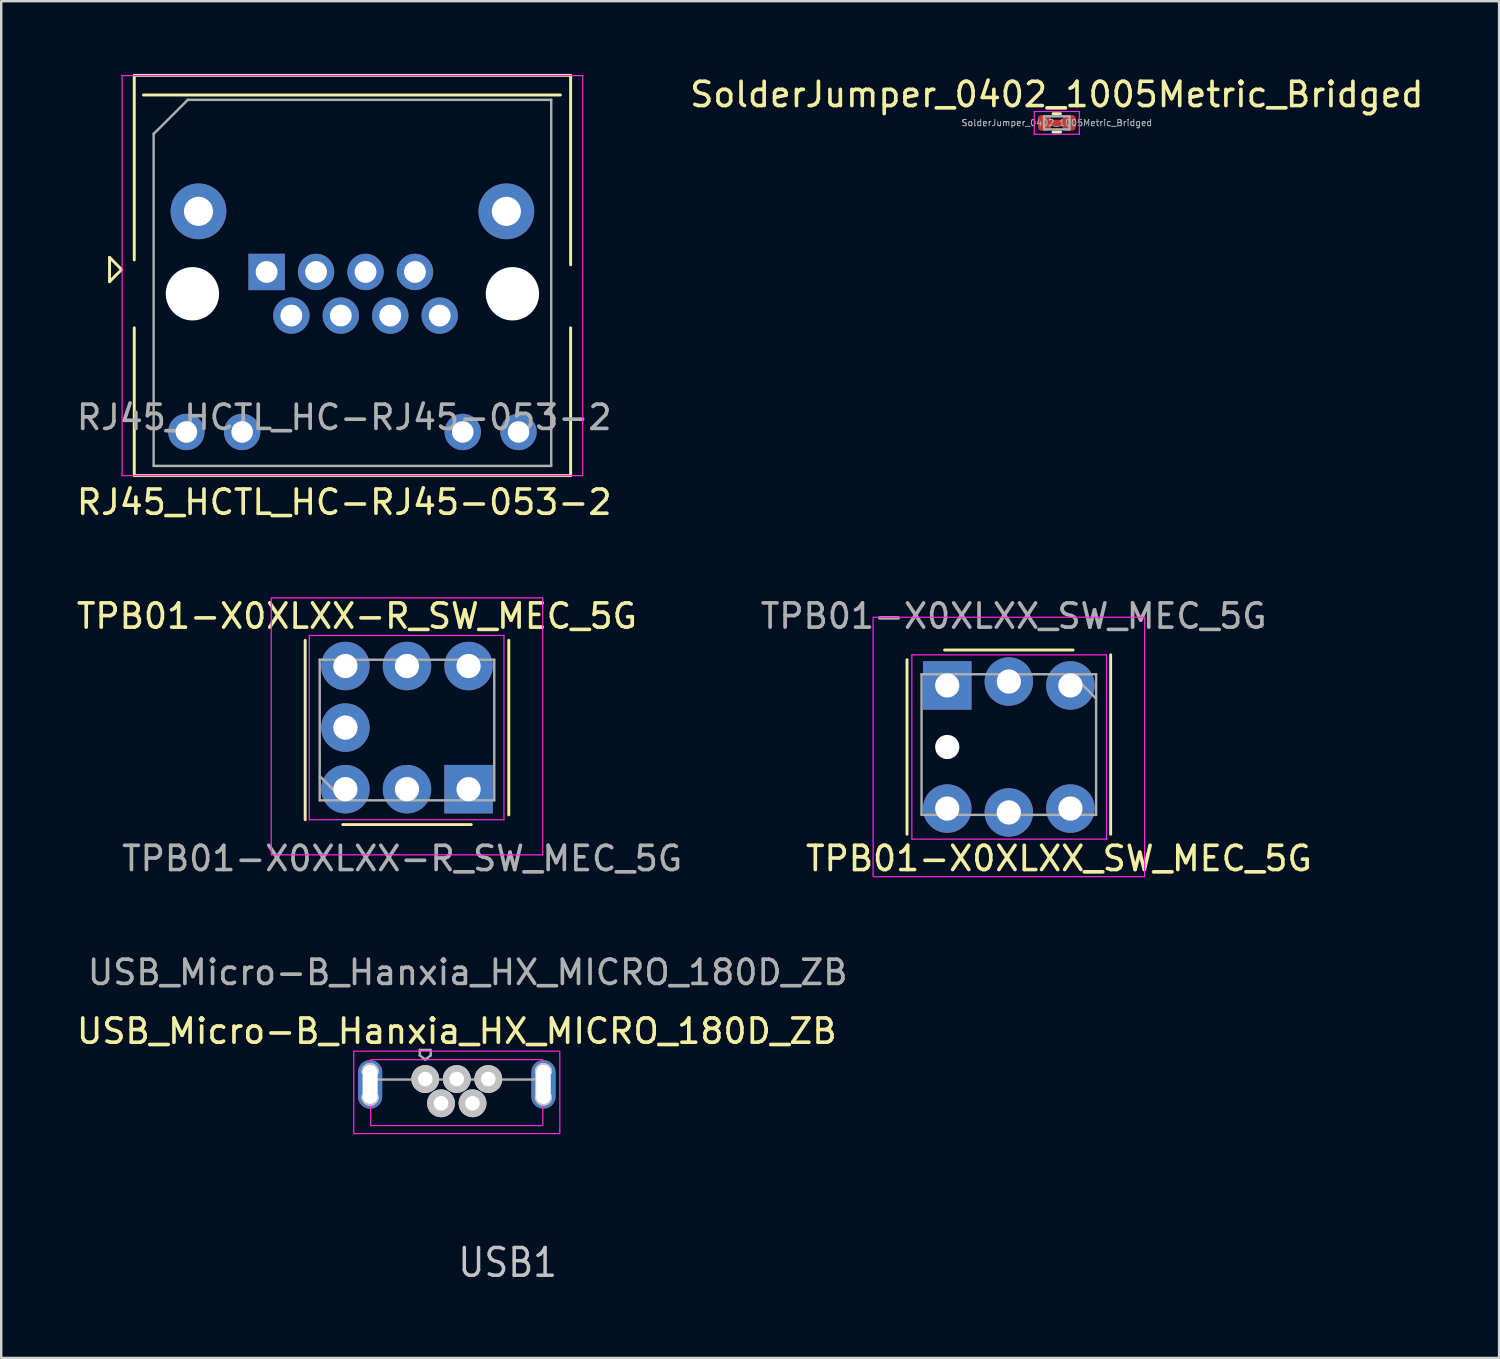
<source format=kicad_pcb>
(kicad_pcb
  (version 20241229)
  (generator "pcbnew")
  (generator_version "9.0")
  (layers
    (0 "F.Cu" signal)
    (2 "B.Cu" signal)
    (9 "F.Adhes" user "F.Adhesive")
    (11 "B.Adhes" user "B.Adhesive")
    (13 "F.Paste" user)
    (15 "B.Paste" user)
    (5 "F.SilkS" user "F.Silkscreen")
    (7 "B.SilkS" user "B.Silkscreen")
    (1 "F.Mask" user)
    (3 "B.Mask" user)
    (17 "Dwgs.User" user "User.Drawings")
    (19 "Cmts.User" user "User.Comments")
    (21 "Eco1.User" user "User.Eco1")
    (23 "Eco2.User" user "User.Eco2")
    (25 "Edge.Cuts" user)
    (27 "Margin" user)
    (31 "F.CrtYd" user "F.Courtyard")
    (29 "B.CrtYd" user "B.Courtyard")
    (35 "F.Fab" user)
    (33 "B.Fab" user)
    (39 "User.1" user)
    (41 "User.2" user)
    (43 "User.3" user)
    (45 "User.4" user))
  (footprint "USB_Micro-B_Hanxia_HX_MICRO_180D_ZB"
    (layer "F.Cu")
    (at 15.792 41.46)
    (property "Reference" "USB_Micro-B_Hanxia_HX_MICRO_180D_ZB" (at 0 -1.975 0) (layer "F.SilkS") (effects (font (size 1 1) (thickness 0.15))))
    (attr through_hole)
    (fp_line (start -3.831 0.745) (end -3.825 0.72) (stroke (width 0.2) (type default)) (layer "Dwgs.User"))
    (fp_line (start -3.825 0.72) (end -3.831 0.745) (stroke (width 0.2) (type default)) (layer "Dwgs.User"))
    (fp_line (start -3.319 -0.305) (end -3.325 -0.28) (stroke (width 0.2) (type default)) (layer "Dwgs.User"))
    (fp_line (start 3.325 -0.28) (end 3.325 0.72) (stroke (width 0.2) (type default)) (layer "Dwgs.User"))
    (fp_line (start 3.825 -0.28) (end 3.831 -0.305) (stroke (width 0.2) (type default)) (layer "Dwgs.User"))
    (fp_line (start 3.825 0.72) (end 3.831 0.745) (stroke (width 0.2) (type default)) (layer "Dwgs.User"))
    (fp_line (start 3.831 -0.305) (end 3.825 -0.28) (stroke (width 0.2) (type default)) (layer "Dwgs.User"))
    (fp_arc (start -3.831368 -0.305409) (mid -3.575005 -0.561772) (end -3.318642 -0.305409) (stroke (width 0.2) (type default)) (layer "Dwgs.User"))
    (fp_arc (start -3.831368 -0.305409) (mid -3.575005 -0.561772) (end -3.318642 -0.305409) (stroke (width 0.2) (type default)) (layer "Dwgs.User"))
    (fp_arc (start -3.825019 -0.28001) (mid -3.575006 -0.530023) (end -3.324993 -0.28001) (stroke (width 0.2) (type default)) (layer "Dwgs.User"))
    (fp_arc (start -3.324993 0.71999) (mid -3.575006 0.970003) (end -3.825019 0.71999) (stroke (width 0.2) (type default)) (layer "Dwgs.User"))
    (fp_arc (start -3.318642 0.745392) (mid -3.575005 1.001755) (end -3.831368 0.745392) (stroke (width 0.2) (type default)) (layer "Dwgs.User"))
    (fp_arc (start -3.318642 0.745392) (mid -3.575005 1.001755) (end -3.831368 0.745392) (stroke (width 0.2) (type default)) (layer "Dwgs.User"))
    (fp_arc (start 3.318642 -0.305382) (mid 3.575006 -0.561746) (end 3.831369 -0.305382) (stroke (width 0.2) (type default)) (layer "Dwgs.User"))
    (fp_arc (start 3.318642 -0.305382) (mid 3.575006 -0.561746) (end 3.831369 -0.305382) (stroke (width 0.2) (type default)) (layer "Dwgs.User"))
    (fp_arc (start 3.324994 -0.279984) (mid 3.575007 -0.529997) (end 3.82502 -0.279984) (stroke (width 0.2) (type default)) (layer "Dwgs.User"))
    (fp_arc (start 3.82502 0.71999) (mid 3.575007 0.970003) (end 3.324994 0.71999) (stroke (width 0.2) (type default)) (layer "Dwgs.User"))
    (fp_arc (start 3.831369 0.745392) (mid 3.575006 1.001753) (end 3.318642 0.745392) (stroke (width 0.2) (type default)) (layer "Dwgs.User"))
    (fp_arc (start 3.831369 0.745392) (mid 3.575006 1.001753) (end 3.318642 0.745392) (stroke (width 0.2) (type default)) (layer "Dwgs.User"))
    (fp_circle (center -1.3 0) (end -1 0) (stroke (width 0.2) (type default)) (fill no) (layer "Dwgs.User"))
    (fp_circle (center -1.3 0) (end -0.983 0) (stroke (width 0.2) (type default)) (fill no) (layer "Dwgs.User"))
    (fp_circle (center -1.3 0) (end -0.983 0) (stroke (width 0.2) (type default)) (fill no) (layer "Dwgs.User"))
    (fp_circle (center -1.3 0) (end -0.85 0) (stroke (width 0.2) (type default)) (fill no) (layer "Dwgs.User"))
    (fp_circle (center -1.3 0) (end -0.825 0) (stroke (width 0.2) (type default)) (fill no) (layer "Dwgs.User"))
    (fp_circle (center -1.3 0) (end -0.825 0) (stroke (width 0.2) (type default)) (fill no) (layer "Dwgs.User"))
    (fp_circle (center -0.65 1) (end -0.35 1) (stroke (width 0.2) (type default)) (fill no) (layer "Dwgs.User"))
    (fp_circle (center -0.65 1) (end -0.333 1) (stroke (width 0.2) (type default)) (fill no) (layer "Dwgs.User"))
    (fp_circle (center -0.65 1) (end -0.333 1) (stroke (width 0.2) (type default)) (fill no) (layer "Dwgs.User"))
    (fp_circle (center -0.65 1) (end -0.2 1) (stroke (width 0.2) (type default)) (fill no) (layer "Dwgs.User"))
    (fp_circle (center -0.65 1) (end -0.175 1) (stroke (width 0.2) (type default)) (fill no) (layer "Dwgs.User"))
    (fp_circle (center -0.65 1) (end -0.175 1) (stroke (width 0.2) (type default)) (fill no) (layer "Dwgs.User"))
    (fp_circle (center 0 0) (end 0.3 0) (stroke (width 0.2) (type default)) (fill no) (layer "Dwgs.User"))
    (fp_circle (center 0 0) (end 0.317 0) (stroke (width 0.2) (type default)) (fill no) (layer "Dwgs.User"))
    (fp_circle (center 0 0) (end 0.317 0) (stroke (width 0.2) (type default)) (fill no) (layer "Dwgs.User"))
    (fp_circle (center 0 0) (end 0.45 0) (stroke (width 0.2) (type default)) (fill no) (layer "Dwgs.User"))
    (fp_circle (center 0 0) (end 0.475 0) (stroke (width 0.2) (type default)) (fill no) (layer "Dwgs.User"))
    (fp_circle (center 0 0) (end 0.475 0) (stroke (width 0.2) (type default)) (fill no) (layer "Dwgs.User"))
    (fp_circle (center 0.65 1) (end 1.1 1) (stroke (width 0.2) (type default)) (fill no) (layer "Dwgs.User"))
    (fp_circle (center 0.65 1) (end 1.125 1) (stroke (width 0.2) (type default)) (fill no) (layer "Dwgs.User"))
    (fp_circle (center 0.65 1) (end 1.125 1) (stroke (width 0.2) (type default)) (fill no) (layer "Dwgs.User"))
    (fp_circle (center 0.65 1) (end 0.95 1) (stroke (width 0.2) (type default)) (fill no) (layer "Dwgs.User"))
    (fp_circle (center 0.65 1) (end 0.967 1) (stroke (width 0.2) (type default)) (fill no) (layer "Dwgs.User"))
    (fp_circle (center 0.65 1) (end 0.967 1) (stroke (width 0.2) (type default)) (fill no) (layer "Dwgs.User"))
    (fp_circle (center 1.3 0) (end 1.75 0) (stroke (width 0.2) (type default)) (fill no) (layer "Dwgs.User"))
    (fp_circle (center 1.3 0) (end 1.775 0) (stroke (width 0.2) (type default)) (fill no) (layer "Dwgs.User"))
    (fp_circle (center 1.3 0) (end 1.775 0) (stroke (width 0.2) (type default)) (fill no) (layer "Dwgs.User"))
    (fp_circle (center 1.3 0) (end 1.6 0) (stroke (width 0.2) (type default)) (fill no) (layer "Dwgs.User"))
    (fp_circle (center 1.3 0) (end 1.617 0) (stroke (width 0.2) (type default)) (fill no) (layer "Dwgs.User"))
    (fp_circle (center 1.3 0) (end 1.617 0) (stroke (width 0.2) (type default)) (fill no) (layer "Dwgs.User"))
    (fp_rect (start -4.25 -1.15) (end 4.25 2.25) (stroke (width 0.05) (type default)) (fill no) (layer "F.CrtYd"))
    (fp_rect (start -3.55 -0.8) (end 3.55 1.92) (stroke (width 0.05) (type default)) (fill no) (layer "F.CrtYd"))
    (fp_line (start -1.525 -1.2) (end -1.075 -1.2) (stroke (width 0.1) (type solid)) (layer "F.Fab"))
    (fp_line (start -1.525 -0.975) (end -1.525 -1.2) (stroke (width 0.1) (type solid)) (layer "F.Fab"))
    (fp_line (start -1.3 -0.8) (end -1.525 -0.975) (stroke (width 0.1) (type solid)) (layer "F.Fab"))
    (fp_line (start -1.3 -0.8) (end -1.075 -0.975) (stroke (width 0.1) (type solid)) (layer "F.Fab"))
    (fp_line (start -1.075 -1.2) (end -1.075 -0.975) (stroke (width 0.1) (type solid)) (layer "F.Fab"))
    (fp_line (start 3.75 0.02) (end -3.75 0.02) (stroke (width 0.1) (type solid)) (layer "F.Fab"))
    (fp_text user "USB1" (at -0.029 8.238 0) (unlocked yes) (layer "Dwgs.User") (effects (font (size 1.143 1.029) (thickness 0.143)) (justify left bottom)))
    (fp_text user "${REFERENCE}" (at 0.45 -4.4 0) (layer "F.Fab") (effects (font (size 1 1) (thickness 0.15))))
    (pad "1" thru_hole oval (at -1.3 0 90) (size 0.9 0.9) (drill oval 0.6) (layers "*.Cu" "*.Mask"))
    (pad "2" thru_hole oval (at -0.65 1 90) (size 0.9 0.9) (drill oval 0.6) (layers "*.Cu" "*.Mask"))
    (pad "3" thru_hole oval (at 0 0 90) (size 0.9 0.9) (drill oval 0.6) (layers "*.Cu" "*.Mask"))
    (pad "4" thru_hole oval (at 0.65 1 90) (size 0.9 0.9) (drill oval 0.6) (layers "*.Cu" "*.Mask"))
    (pad "5" thru_hole oval (at 1.3 0 90) (size 0.9 0.9) (drill oval 0.6) (layers "*.Cu" "*.Mask"))
    (pad "6" thru_hole oval (at -3.575 0.22 90) (size 2 1) (drill oval 1.6 0.62) (layers "*.Cu" "*.Mask"))
    (pad "6" thru_hole oval (at 3.575 0.22 90) (size 2 1) (drill oval 1.62 0.6) (layers "*.Cu" "*.Mask")))
  (footprint "RJ45_HCTL_HC-RJ45-053-2"
    (layer "F.Cu")
    (at 11.668 7.268)
    (property "Reference" "RJ45_HCTL_HC-RJ45-053-2" (at -0.519 10.398 180) (layer "F.SilkS") (effects (font (size 1 1) (thickness 0.15))))
    (attr through_hole)
    (fp_line (start -10.2 0.3) (end -9.7 0.8) (stroke (width 0.12) (type solid)) (layer "F.SilkS"))
    (fp_line (start -10.2 1.3) (end -10.2 0.3) (stroke (width 0.12) (type solid)) (layer "F.SilkS"))
    (fp_line (start -9.7 0.8) (end -10.2 1.3) (stroke (width 0.12) (type solid)) (layer "F.SilkS"))
    (fp_line (start -9.18 -7.208) (end -9.18 0.402) (stroke (width 0.12) (type solid)) (layer "F.SilkS"))
    (fp_line (start -9.18 -7.208) (end 8.82 -7.208) (stroke (width 0.12) (type solid)) (layer "F.SilkS"))
    (fp_line (start -9.18 9.3) (end -9.18 3.202) (stroke (width 0.12) (type solid)) (layer "F.SilkS"))
    (fp_line (start -9.18 9.3) (end 8.82 9.3) (stroke (width 0.12) (type solid)) (layer "F.SilkS"))
    (fp_line (start -8.8 -6.4) (end 8.4 -6.4) (stroke (width 0.12) (type solid)) (layer "F.SilkS"))
    (fp_line (start 8.82 -7.2) (end 8.82 0.605) (stroke (width 0.12) (type solid)) (layer "F.SilkS"))
    (fp_line (start 8.82 9.3) (end 8.82 3.202) (stroke (width 0.12) (type solid)) (layer "F.SilkS"))
    (fp_line (start -9.68 -7.2) (end -9.68 9.3) (stroke (width 0.05) (type solid)) (layer "F.CrtYd"))
    (fp_line (start -9.68 -7.2) (end 9.32 -7.2) (stroke (width 0.05) (type solid)) (layer "F.CrtYd"))
    (fp_line (start -9.68 9.3) (end 9.32 9.3) (stroke (width 0.05) (type solid)) (layer "F.CrtYd"))
    (fp_line (start 9.32 -7.2) (end 9.32 9.3) (stroke (width 0.05) (type solid)) (layer "F.CrtYd"))
    (fp_line (start -8.38 -4.8) (end -8.38 8.9) (stroke (width 0.1) (type solid)) (layer "F.Fab"))
    (fp_line (start -8.38 -4.792) (end -6.972 -6.2) (stroke (width 0.1) (type solid)) (layer "F.Fab"))
    (fp_line (start -8.38 8.9) (end 8.02 8.9) (stroke (width 0.1) (type solid)) (layer "F.Fab"))
    (fp_line (start -6.98 -6.2) (end 8.02 -6.2) (stroke (width 0.1) (type solid)) (layer "F.Fab"))
    (fp_line (start 8.02 -6.2) (end 8.02 8.9) (stroke (width 0.1) (type solid)) (layer "F.Fab"))
    (fp_text user "${REFERENCE}" (at -0.519 6.898 180) (layer "F.Fab") (effects (font (size 1 1) (thickness 0.15))))
    (pad "" np_thru_hole circle (at -6.78 1.8) (size 2.2 2.2) (drill 2.2) (layers "*.Cu" "*.Mask"))
    (pad "" np_thru_hole circle (at 6.42 1.8) (size 2.2 2.2) (drill 2.2) (layers "*.Cu" "*.Mask"))
    (pad "1" thru_hole rect (at -3.72 0.9) (size 1.5 1.5) (drill 0.9) (layers "*.Cu" "*.Mask"))
    (pad "2" thru_hole circle (at -2.7 2.7) (size 1.5 1.5) (drill 0.9) (layers "*.Cu" "*.Mask"))
    (pad "3" thru_hole circle (at -1.68 0.9) (size 1.5 1.5) (drill 0.9) (layers "*.Cu" "*.Mask"))
    (pad "4" thru_hole circle (at -0.66 2.7) (size 1.5 1.5) (drill 0.9) (layers "*.Cu" "*.Mask"))
    (pad "5" thru_hole circle (at 0.36 0.9) (size 1.5 1.5) (drill 0.9) (layers "*.Cu" "*.Mask"))
    (pad "6" thru_hole circle (at 1.38 2.7) (size 1.5 1.5) (drill 0.9) (layers "*.Cu" "*.Mask"))
    (pad "7" thru_hole circle (at 2.4 0.9) (size 1.5 1.5) (drill 0.9) (layers "*.Cu" "*.Mask"))
    (pad "8" thru_hole circle (at 3.42 2.7) (size 1.5 1.5) (drill 0.9) (layers "*.Cu" "*.Mask"))
    (pad "9" thru_hole circle (at -7.03 7.5) (size 1.5 1.5) (drill 0.89) (layers "*.Cu" "*.Mask"))
    (pad "10" thru_hole circle (at -4.73 7.5) (size 1.5 1.5) (drill 0.89) (layers "*.Cu" "*.Mask"))
    (pad "11" thru_hole circle (at 4.37 7.5) (size 1.5 1.5) (drill 0.89) (layers "*.Cu" "*.Mask"))
    (pad "12" thru_hole circle (at 6.67 7.5) (size 1.5 1.5) (drill 0.89) (layers "*.Cu" "*.Mask"))
    (pad "SH" thru_hole circle (at -6.53 -1.6) (size 2.3 2.3) (drill 1.2) (layers "*.Cu" "*.Mask"))
    (pad "SH" thru_hole circle (at 6.17 -1.6) (size 2.3 2.3) (drill 1.2) (layers "*.Cu" "*.Mask")))
  (footprint "TPB01-X0XLXX-R_SW_MEC_5G"
    (layer "F.Cu")
    (at 13.738 26.963)
    (property "Reference" "TPB01-X0XLXX-R_SW_MEC_5G" (at -2.065 -4.6 180) (layer "F.SilkS") (effects (font (size 1 1) (thickness 0.15))))
    (attr through_hole)
    (fp_line (start -4.2 -3.6) (end -4.2 3.8) (stroke (width 0.12) (type solid)) (layer "F.SilkS"))
    (fp_line (start 2.65 4) (end -2.65 4) (stroke (width 0.12) (type solid)) (layer "F.SilkS"))
    (fp_line (start 4.2 -3.6) (end 4.2 3.6) (stroke (width 0.12) (type solid)) (layer "F.SilkS"))
    (fp_line (start -4.03 -3.8) (end 4 -3.8) (stroke (width 0.05) (type solid)) (layer "F.CrtYd"))
    (fp_line (start -4.03 3.8) (end -4.03 -3.8) (stroke (width 0.05) (type solid)) (layer "F.CrtYd"))
    (fp_line (start 4 -3.8) (end 4 3.8) (stroke (width 0.05) (type solid)) (layer "F.CrtYd"))
    (fp_line (start 4 3.8) (end -4.03 3.8) (stroke (width 0.05) (type solid)) (layer "F.CrtYd"))
    (fp_rect (start -5.6 -5.35) (end 5.6 5.25) (stroke (width 0.05) (type default)) (fill no) (layer "F.CrtYd"))
    (fp_line (start -3.6 -2.8) (end 3.6 -2.8) (stroke (width 0.1) (type default)) (layer "F.Fab"))
    (fp_line (start -3.6 2) (end -2.6 3) (stroke (width 0.1) (type solid)) (layer "F.Fab"))
    (fp_line (start -3.6 3) (end -3.6 -2.8) (stroke (width 0.1) (type solid)) (layer "F.Fab"))
    (fp_line (start 3.6 -2.8) (end 3.6 3) (stroke (width 0.1) (type solid)) (layer "F.Fab"))
    (fp_line (start 3.6 3) (end -3.6 3) (stroke (width 0.1) (type solid)) (layer "F.Fab"))
    (fp_text user "${REFERENCE}" (at -0.2 5.4 180) (layer "F.Fab") (effects (font (size 1 1) (thickness 0.15))))
    (pad "1" thru_hole circle (at -2.54 2.54 270) (size 2 2) (drill 1) (layers "*.Cu" "*.Mask"))
    (pad "1" thru_hole rect (at 2.54 2.54 270) (size 2 2) (drill 1) (layers "*.Cu" "*.Mask"))
    (pad "2" thru_hole circle (at 0 2.54 270) (size 2 2) (drill 1) (layers "*.Cu" "*.Mask"))
    (pad "3" thru_hole circle (at 0 -2.54 270) (size 2 2) (drill 1) (layers "*.Cu" "*.Mask"))
    (pad "4" thru_hole circle (at -2.54 -2.54 270) (size 2 2) (drill 1) (layers "*.Cu" "*.Mask"))
    (pad "4" thru_hole circle (at 2.54 -2.54 270) (size 2 2) (drill 1) (layers "*.Cu" "*.Mask"))
    (pad "5" thru_hole circle (at -2.54 0 270) (size 2 2) (drill 1) (layers "*.Cu" "*.Mask")))
  (footprint "TPB01-X0XLXX_SW_MEC_5G"
    (layer "F.Cu")
    (at 38.564 27.763)
    (property "Reference" "TPB01-X0XLXX_SW_MEC_5G" (at 2.065 4.6 0) (layer "F.SilkS") (effects (font (size 1 1) (thickness 0.15))))
    (attr through_hole)
    (fp_line (start -4.2 3.6) (end -4.2 -3.6) (stroke (width 0.12) (type solid)) (layer "F.SilkS"))
    (fp_line (start -2.65 -4) (end 2.65 -4) (stroke (width 0.12) (type solid)) (layer "F.SilkS"))
    (fp_line (start 4.2 3.6) (end 4.2 -3.8) (stroke (width 0.12) (type solid)) (layer "F.SilkS"))
    (fp_line (start -4 -3.8) (end 4.03 -3.8) (stroke (width 0.05) (type solid)) (layer "F.CrtYd"))
    (fp_line (start -4 3.8) (end -4 -3.8) (stroke (width 0.05) (type solid)) (layer "F.CrtYd"))
    (fp_line (start 4.03 -3.8) (end 4.03 3.8) (stroke (width 0.05) (type solid)) (layer "F.CrtYd"))
    (fp_line (start 4.03 3.8) (end -4 3.8) (stroke (width 0.05) (type solid)) (layer "F.CrtYd"))
    (fp_rect (start -5.6 -5.35) (end 5.6 5.35) (stroke (width 0.05) (type default)) (fill no) (layer "F.CrtYd"))
    (fp_line (start -3.6 -3) (end 3.6 -3) (stroke (width 0.1) (type solid)) (layer "F.Fab"))
    (fp_line (start -3.6 2.8) (end -3.6 -3) (stroke (width 0.1) (type solid)) (layer "F.Fab"))
    (fp_line (start 3.6 -3) (end 3.6 2.8) (stroke (width 0.1) (type solid)) (layer "F.Fab"))
    (fp_line (start 3.6 -2) (end 2.6 -3) (stroke (width 0.1) (type solid)) (layer "F.Fab"))
    (fp_line (start 3.6 2.8) (end -3.6 2.8) (stroke (width 0.1) (type default)) (layer "F.Fab"))
    (fp_text user "${REFERENCE}" (at 0.2 -5.4 0) (layer "F.Fab") (effects (font (size 1 1) (thickness 0.15))))
    (pad "" np_thru_hole circle (at -2.54 0 90) (size 1 1) (drill 1) (layers "*.Cu" "*.Mask"))
    (pad "1" thru_hole rect (at -2.54 -2.54 90) (size 2 2) (drill 1) (layers "*.Cu" "*.Mask"))
    (pad "1" thru_hole circle (at -2.54 2.54 90) (size 2 2) (drill 1) (layers "*.Cu" "*.Mask"))
    (pad "2" thru_hole circle (at 0 -2.7 90) (size 2 2) (drill 1) (layers "*.Cu" "*.Mask"))
    (pad "3" thru_hole circle (at 0 2.7 90) (size 2 2) (drill 1) (layers "*.Cu" "*.Mask"))
    (pad "4" thru_hole circle (at 2.54 -2.54 90) (size 2 2) (drill 1) (layers "*.Cu" "*.Mask"))
    (pad "4" thru_hole circle (at 2.54 2.54 90) (size 2 2) (drill 1) (layers "*.Cu" "*.Mask")))
  (footprint "SolderJumper_0402_1005Metric_Bridged"
    (layer "F.Cu")
    (at 40.542 2.018)
    (property "Reference" "SolderJumper_0402_1005Metric_Bridged" (at 0 -1.17 0) (layer "F.SilkS") (effects (font (size 1 1) (thickness 0.15))))
    (attr smd)
    (fp_line (start -0.24 0) (end 0.24 0) (stroke (width 0.25) (type default)) (layer "F.Cu"))
    (fp_line (start -0.51 0) (end 0.51 0) (stroke (width 0.25) (type default)) (layer "F.Mask"))
    (fp_line (start -0.154 -0.38) (end 0.154 -0.38) (stroke (width 0.12) (type solid)) (layer "F.SilkS"))
    (fp_line (start -0.154 0.38) (end 0.154 0.38) (stroke (width 0.12) (type solid)) (layer "F.SilkS"))
    (fp_line (start -0.93 -0.47) (end 0.93 -0.47) (stroke (width 0.05) (type solid)) (layer "F.CrtYd"))
    (fp_line (start -0.93 0.47) (end -0.93 -0.47) (stroke (width 0.05) (type solid)) (layer "F.CrtYd"))
    (fp_line (start 0.93 -0.47) (end 0.93 0.47) (stroke (width 0.05) (type solid)) (layer "F.CrtYd"))
    (fp_line (start 0.93 0.47) (end -0.93 0.47) (stroke (width 0.05) (type solid)) (layer "F.CrtYd"))
    (fp_line (start -0.525 -0.27) (end 0.525 -0.27) (stroke (width 0.1) (type solid)) (layer "F.Fab"))
    (fp_line (start -0.525 0.27) (end -0.525 -0.27) (stroke (width 0.1) (type solid)) (layer "F.Fab"))
    (fp_line (start 0.525 -0.27) (end 0.525 0.27) (stroke (width 0.1) (type solid)) (layer "F.Fab"))
    (fp_line (start 0.525 0.27) (end -0.525 0.27) (stroke (width 0.1) (type solid)) (layer "F.Fab"))
    (fp_text user "${REFERENCE}" (at 0 0 0) (layer "F.Fab") (effects (font (size 0.26 0.26) (thickness 0.04))))
    (pad "1" smd roundrect (at -0.51 0) (size 0.54 0.64) (layers "F.Cu" "F.Mask" "F.Paste") (roundrect_rratio 0.25))
    (pad "2" smd roundrect (at 0.51 0) (size 0.54 0.64) (layers "F.Cu" "F.Mask" "F.Paste") (roundrect_rratio 0.25)))
  (gr_rect
    (start -3 -3)
    (end 58.786 52.965)
    (stroke (width 0.1) (type default))
    (fill no)
    (layer "Edge.Cuts")))
</source>
